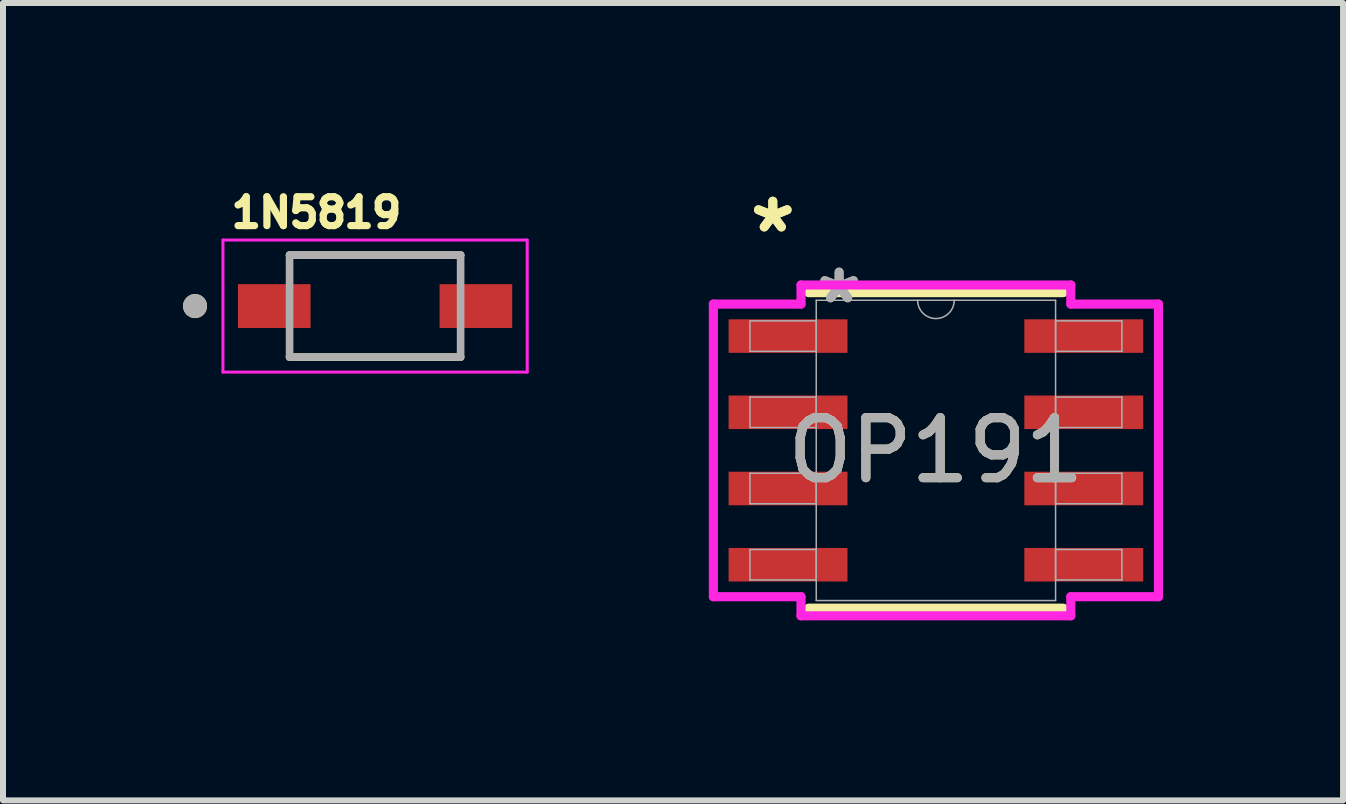
<source format=kicad_pcb>
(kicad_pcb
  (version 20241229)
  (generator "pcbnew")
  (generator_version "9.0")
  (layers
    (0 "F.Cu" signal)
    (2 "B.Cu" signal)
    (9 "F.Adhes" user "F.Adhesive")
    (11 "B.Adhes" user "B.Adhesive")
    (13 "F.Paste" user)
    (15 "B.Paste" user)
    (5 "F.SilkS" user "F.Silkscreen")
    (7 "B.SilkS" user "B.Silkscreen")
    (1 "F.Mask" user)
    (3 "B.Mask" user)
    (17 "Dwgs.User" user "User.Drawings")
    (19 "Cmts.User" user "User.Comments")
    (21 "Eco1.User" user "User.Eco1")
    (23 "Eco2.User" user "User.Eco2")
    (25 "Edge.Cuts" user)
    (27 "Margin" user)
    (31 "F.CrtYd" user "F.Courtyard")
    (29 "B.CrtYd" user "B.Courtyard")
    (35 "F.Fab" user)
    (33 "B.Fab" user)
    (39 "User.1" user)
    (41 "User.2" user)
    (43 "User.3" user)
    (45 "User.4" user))
  (footprint "1N5819"
    (layer "F.Cu")
    (at 3.2 2.05)
    (property "Reference" "1N5819" (at -0.978 -1.557 0) (layer "F.SilkS") (effects (font (size 0.481 0.481) (thickness 0.15))))
    (attr smd)
    (fp_line (start -1.425 -0.85) (end 1.425 -0.85) (stroke (width 0.127) (type solid)) (layer "F.SilkS"))
    (fp_line (start 1.425 0.85) (end -1.425 0.85) (stroke (width 0.127) (type solid)) (layer "F.SilkS"))
    (fp_circle (center -3 0) (end -2.9 0) (stroke (width 0.2) (type solid)) (fill no) (layer "F.SilkS"))
    (fp_line (start -2.535 -1.1) (end 2.535 -1.1) (stroke (width 0.05) (type solid)) (layer "F.CrtYd"))
    (fp_line (start -2.535 1.1) (end -2.535 -1.1) (stroke (width 0.05) (type solid)) (layer "F.CrtYd"))
    (fp_line (start 2.535 -1.1) (end 2.535 1.1) (stroke (width 0.05) (type solid)) (layer "F.CrtYd"))
    (fp_line (start 2.535 1.1) (end -2.535 1.1) (stroke (width 0.05) (type solid)) (layer "F.CrtYd"))
    (fp_line (start -1.425 -0.85) (end 1.425 -0.85) (stroke (width 0.127) (type solid)) (layer "F.Fab"))
    (fp_line (start -1.425 0.85) (end -1.425 -0.85) (stroke (width 0.127) (type solid)) (layer "F.Fab"))
    (fp_line (start 1.425 -0.85) (end 1.425 0.85) (stroke (width 0.127) (type solid)) (layer "F.Fab"))
    (fp_line (start 1.425 0.85) (end -1.425 0.85) (stroke (width 0.127) (type solid)) (layer "F.Fab"))
    (fp_circle (center -3 0) (end -2.9 0) (stroke (width 0.2) (type solid)) (fill no) (layer "F.Fab"))
    (pad "A" smd rect (at 1.68 0) (size 1.21 0.73) (layers "F.Cu" "F.Mask" "F.Paste"))
    (pad "C" smd rect (at -1.68 0) (size 1.21 0.73) (layers "F.Cu" "F.Mask" "F.Paste")))
  (footprint "OP191"
    (layer "F.Cu")
    (at 12.545 4.455)
    (property "Reference" "OP191" (at 0 0 0) (unlocked yes) (layer "F.SilkS") (effects (font (size 1 1) (thickness 0.15))))
    (attr smd)
    (fp_line (start -2.121 2.629) (end 2.121 2.629) (stroke (width 0.152) (type solid)) (layer "F.SilkS"))
    (fp_line (start 2.121 -2.629) (end -2.121 -2.629) (stroke (width 0.152) (type solid)) (layer "F.SilkS"))
    (fp_line (start -3.708 -2.438) (end -2.248 -2.438) (stroke (width 0.152) (type solid)) (layer "F.CrtYd"))
    (fp_line (start -3.708 2.438) (end -3.708 -2.438) (stroke (width 0.152) (type solid)) (layer "F.CrtYd"))
    (fp_line (start -3.708 2.438) (end -2.248 2.438) (stroke (width 0.152) (type solid)) (layer "F.CrtYd"))
    (fp_line (start -2.248 -2.756) (end 2.248 -2.756) (stroke (width 0.152) (type solid)) (layer "F.CrtYd"))
    (fp_line (start -2.248 -2.438) (end -2.248 -2.756) (stroke (width 0.152) (type solid)) (layer "F.CrtYd"))
    (fp_line (start -2.248 2.756) (end -2.248 2.438) (stroke (width 0.152) (type solid)) (layer "F.CrtYd"))
    (fp_line (start 2.248 -2.756) (end 2.248 -2.438) (stroke (width 0.152) (type solid)) (layer "F.CrtYd"))
    (fp_line (start 2.248 2.438) (end 2.248 2.756) (stroke (width 0.152) (type solid)) (layer "F.CrtYd"))
    (fp_line (start 2.248 2.756) (end -2.248 2.756) (stroke (width 0.152) (type solid)) (layer "F.CrtYd"))
    (fp_line (start 3.708 -2.438) (end 2.248 -2.438) (stroke (width 0.152) (type solid)) (layer "F.CrtYd"))
    (fp_line (start 3.708 -2.438) (end 3.708 2.438) (stroke (width 0.152) (type solid)) (layer "F.CrtYd"))
    (fp_line (start 3.708 2.438) (end 2.248 2.438) (stroke (width 0.152) (type solid)) (layer "F.CrtYd"))
    (fp_line (start -3.099 -2.159) (end -3.099 -1.651) (stroke (width 0.025) (type solid)) (layer "F.Fab"))
    (fp_line (start -3.099 -1.651) (end -1.994 -1.651) (stroke (width 0.025) (type solid)) (layer "F.Fab"))
    (fp_line (start -3.099 -0.889) (end -3.099 -0.381) (stroke (width 0.025) (type solid)) (layer "F.Fab"))
    (fp_line (start -3.099 -0.381) (end -1.994 -0.381) (stroke (width 0.025) (type solid)) (layer "F.Fab"))
    (fp_line (start -3.099 0.381) (end -3.099 0.889) (stroke (width 0.025) (type solid)) (layer "F.Fab"))
    (fp_line (start -3.099 0.889) (end -1.994 0.889) (stroke (width 0.025) (type solid)) (layer "F.Fab"))
    (fp_line (start -3.099 1.651) (end -3.099 2.159) (stroke (width 0.025) (type solid)) (layer "F.Fab"))
    (fp_line (start -3.099 2.159) (end -1.994 2.159) (stroke (width 0.025) (type solid)) (layer "F.Fab"))
    (fp_line (start -1.994 -2.502) (end -1.994 2.502) (stroke (width 0.025) (type solid)) (layer "F.Fab"))
    (fp_line (start -1.994 -2.159) (end -3.099 -2.159) (stroke (width 0.025) (type solid)) (layer "F.Fab"))
    (fp_line (start -1.994 -1.651) (end -1.994 -2.159) (stroke (width 0.025) (type solid)) (layer "F.Fab"))
    (fp_line (start -1.994 -0.889) (end -3.099 -0.889) (stroke (width 0.025) (type solid)) (layer "F.Fab"))
    (fp_line (start -1.994 -0.381) (end -1.994 -0.889) (stroke (width 0.025) (type solid)) (layer "F.Fab"))
    (fp_line (start -1.994 0.381) (end -3.099 0.381) (stroke (width 0.025) (type solid)) (layer "F.Fab"))
    (fp_line (start -1.994 0.889) (end -1.994 0.381) (stroke (width 0.025) (type solid)) (layer "F.Fab"))
    (fp_line (start -1.994 1.651) (end -3.099 1.651) (stroke (width 0.025) (type solid)) (layer "F.Fab"))
    (fp_line (start -1.994 2.159) (end -1.994 1.651) (stroke (width 0.025) (type solid)) (layer "F.Fab"))
    (fp_line (start -1.994 2.502) (end 1.994 2.502) (stroke (width 0.025) (type solid)) (layer "F.Fab"))
    (fp_line (start 1.994 -2.502) (end -1.994 -2.502) (stroke (width 0.025) (type solid)) (layer "F.Fab"))
    (fp_line (start 1.994 -2.159) (end 1.994 -1.651) (stroke (width 0.025) (type solid)) (layer "F.Fab"))
    (fp_line (start 1.994 -1.651) (end 3.099 -1.651) (stroke (width 0.025) (type solid)) (layer "F.Fab"))
    (fp_line (start 1.994 -0.889) (end 1.994 -0.381) (stroke (width 0.025) (type solid)) (layer "F.Fab"))
    (fp_line (start 1.994 -0.381) (end 3.099 -0.381) (stroke (width 0.025) (type solid)) (layer "F.Fab"))
    (fp_line (start 1.994 0.381) (end 1.994 0.889) (stroke (width 0.025) (type solid)) (layer "F.Fab"))
    (fp_line (start 1.994 0.889) (end 3.099 0.889) (stroke (width 0.025) (type solid)) (layer "F.Fab"))
    (fp_line (start 1.994 1.651) (end 1.994 2.159) (stroke (width 0.025) (type solid)) (layer "F.Fab"))
    (fp_line (start 1.994 2.159) (end 3.099 2.159) (stroke (width 0.025) (type solid)) (layer "F.Fab"))
    (fp_line (start 1.994 2.502) (end 1.994 -2.502) (stroke (width 0.025) (type solid)) (layer "F.Fab"))
    (fp_line (start 3.099 -2.159) (end 1.994 -2.159) (stroke (width 0.025) (type solid)) (layer "F.Fab"))
    (fp_line (start 3.099 -1.651) (end 3.099 -2.159) (stroke (width 0.025) (type solid)) (layer "F.Fab"))
    (fp_line (start 3.099 -0.889) (end 1.994 -0.889) (stroke (width 0.025) (type solid)) (layer "F.Fab"))
    (fp_line (start 3.099 -0.381) (end 3.099 -0.889) (stroke (width 0.025) (type solid)) (layer "F.Fab"))
    (fp_line (start 3.099 0.381) (end 1.994 0.381) (stroke (width 0.025) (type solid)) (layer "F.Fab"))
    (fp_line (start 3.099 0.889) (end 3.099 0.381) (stroke (width 0.025) (type solid)) (layer "F.Fab"))
    (fp_line (start 3.099 1.651) (end 1.994 1.651) (stroke (width 0.025) (type solid)) (layer "F.Fab"))
    (fp_line (start 3.099 2.159) (end 3.099 1.651) (stroke (width 0.025) (type solid)) (layer "F.Fab"))
    (fp_arc (start 0.3048 -2.5019) (mid 0 -2.1971) (end -0.3048 -2.5019) (stroke (width 0.0254) (type solid)) (layer "F.Fab"))
    (fp_text user "*" (at -2.718 -3.607 0) (layer "F.SilkS") (effects (font (size 1 1) (thickness 0.15))))
    (fp_text user "*" (at -2.718 -3.607 0) (unlocked yes) (layer "F.SilkS") (effects (font (size 1 1) (thickness 0.15))))
    (fp_text user "*" (at -1.613 -2.426 0) (layer "F.Fab") (effects (font (size 1 1) (thickness 0.15))))
    (fp_text user "*" (at -1.613 -2.426 0) (unlocked yes) (layer "F.Fab") (effects (font (size 1 1) (thickness 0.15))))
    (fp_text user "${REFERENCE}" (at 0 0 0) (unlocked yes) (layer "F.Fab") (effects (font (size 1 1) (thickness 0.15))))
    (pad "1" smd rect (at -2.464 -1.905) (size 1.981 0.559) (layers "F.Cu" "F.Mask" "F.Paste"))
    (pad "2" smd rect (at -2.464 -0.635) (size 1.981 0.559) (layers "F.Cu" "F.Mask" "F.Paste"))
    (pad "3" smd rect (at -2.464 0.635) (size 1.981 0.559) (layers "F.Cu" "F.Mask" "F.Paste"))
    (pad "4" smd rect (at -2.464 1.905) (size 1.981 0.559) (layers "F.Cu" "F.Mask" "F.Paste"))
    (pad "5" smd rect (at 2.464 1.905) (size 1.981 0.559) (layers "F.Cu" "F.Mask" "F.Paste"))
    (pad "6" smd rect (at 2.464 0.635) (size 1.981 0.559) (layers "F.Cu" "F.Mask" "F.Paste"))
    (pad "7" smd rect (at 2.464 -0.635) (size 1.981 0.559) (layers "F.Cu" "F.Mask" "F.Paste"))
    (pad "8" smd rect (at 2.464 -1.905) (size 1.981 0.559) (layers "F.Cu" "F.Mask" "F.Paste")))
  (gr_rect
    (start -3 -3)
    (end 19.329 10.287)
    (stroke (width 0.1) (type default))
    (fill no)
    (layer "Edge.Cuts")))
</source>
